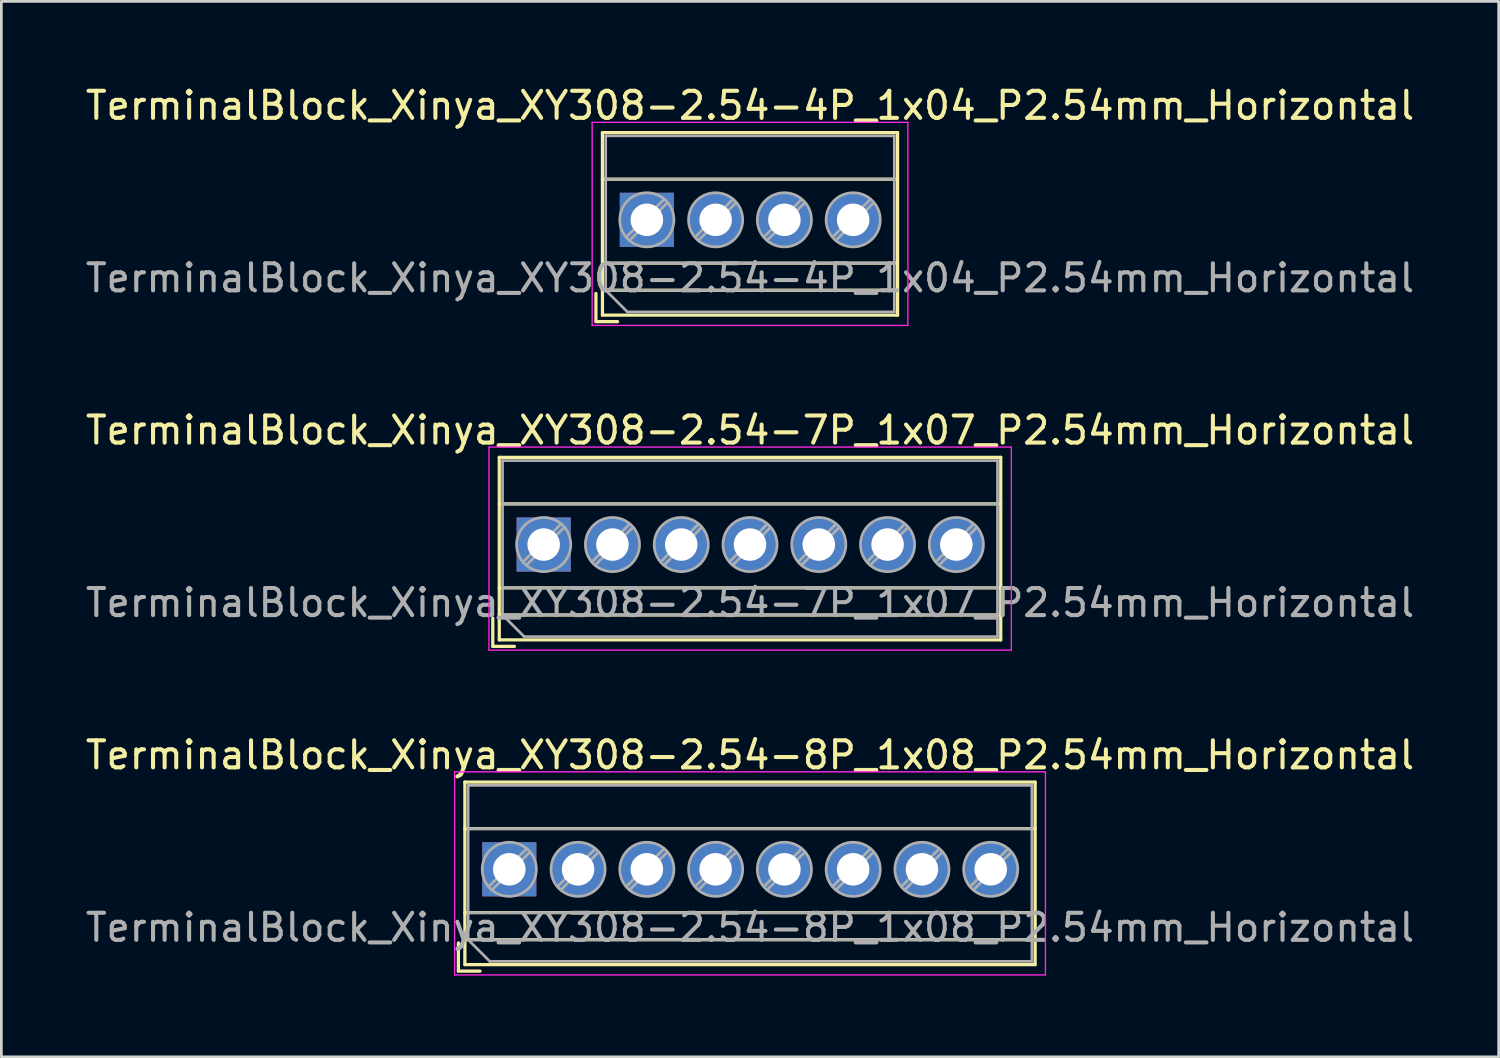
<source format=kicad_pcb>
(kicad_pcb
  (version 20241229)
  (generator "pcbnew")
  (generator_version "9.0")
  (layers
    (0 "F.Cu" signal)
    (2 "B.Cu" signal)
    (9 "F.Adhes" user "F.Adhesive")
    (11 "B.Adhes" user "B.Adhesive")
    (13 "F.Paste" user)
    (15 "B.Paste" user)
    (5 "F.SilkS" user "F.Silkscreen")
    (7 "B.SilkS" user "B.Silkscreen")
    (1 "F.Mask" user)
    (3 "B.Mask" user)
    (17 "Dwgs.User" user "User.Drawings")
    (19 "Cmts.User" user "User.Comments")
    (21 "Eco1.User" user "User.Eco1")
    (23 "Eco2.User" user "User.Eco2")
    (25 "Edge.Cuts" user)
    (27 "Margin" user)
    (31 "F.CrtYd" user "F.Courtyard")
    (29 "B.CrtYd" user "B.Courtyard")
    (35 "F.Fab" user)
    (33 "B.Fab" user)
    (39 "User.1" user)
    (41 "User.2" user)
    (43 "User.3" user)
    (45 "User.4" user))
  (footprint "TerminalBlock_Xinya_XY308-2.54-7P_1x07_P2.54mm_Horizontal"
    (layer "F.Cu")
    (at 17.029 17.061)
    (property "Reference" "TerminalBlock_Xinya_XY308-2.54-7P_1x07_P2.54mm_Horizontal" (at 7.62 -4.22 0) (layer "F.SilkS") (effects (font (size 1 1) (thickness 0.15))))
    (attr through_hole)
    (fp_line (start -1.88 2.72) (end -1.88 3.76) (stroke (width 0.12) (type solid)) (layer "F.SilkS"))
    (fp_line (start -1.88 3.76) (end -1.08 3.76) (stroke (width 0.12) (type solid)) (layer "F.SilkS"))
    (fp_line (start -1.64 -3.22) (end -1.64 3.52) (stroke (width 0.12) (type solid)) (layer "F.SilkS"))
    (fp_line (start -1.64 -3.22) (end 16.88 -3.22) (stroke (width 0.12) (type solid)) (layer "F.SilkS"))
    (fp_line (start -1.64 -1.501) (end 16.88 -1.501) (stroke (width 0.12) (type solid)) (layer "F.SilkS"))
    (fp_line (start -1.64 1.6) (end 16.88 1.6) (stroke (width 0.12) (type solid)) (layer "F.SilkS"))
    (fp_line (start -1.64 2.6) (end 16.88 2.6) (stroke (width 0.12) (type solid)) (layer "F.SilkS"))
    (fp_line (start -1.64 3.52) (end 16.88 3.52) (stroke (width 0.12) (type solid)) (layer "F.SilkS"))
    (fp_line (start 16.88 -3.22) (end 16.88 3.52) (stroke (width 0.12) (type solid)) (layer "F.SilkS"))
    (fp_line (start -2.02 -3.6) (end -2.02 3.9) (stroke (width 0.05) (type solid)) (layer "F.CrtYd"))
    (fp_line (start -2.02 3.9) (end 17.27 3.9) (stroke (width 0.05) (type solid)) (layer "F.CrtYd"))
    (fp_line (start 17.27 -3.6) (end -2.02 -3.6) (stroke (width 0.05) (type solid)) (layer "F.CrtYd"))
    (fp_line (start 17.27 3.9) (end 17.27 -3.6) (stroke (width 0.05) (type solid)) (layer "F.CrtYd"))
    (fp_line (start -1.52 -3.1) (end 16.76 -3.1) (stroke (width 0.1) (type solid)) (layer "F.Fab"))
    (fp_line (start -1.52 -1.5) (end 16.76 -1.5) (stroke (width 0.1) (type solid)) (layer "F.Fab"))
    (fp_line (start -1.52 1.6) (end 16.76 1.6) (stroke (width 0.1) (type solid)) (layer "F.Fab"))
    (fp_line (start -1.52 2.6) (end -1.52 -3.1) (stroke (width 0.1) (type solid)) (layer "F.Fab"))
    (fp_line (start -1.52 2.6) (end 16.76 2.6) (stroke (width 0.1) (type solid)) (layer "F.Fab"))
    (fp_line (start -0.72 3.4) (end -1.52 2.6) (stroke (width 0.1) (type solid)) (layer "F.Fab"))
    (fp_line (start 0.637 -0.759) (end -0.759 0.637) (stroke (width 0.1) (type solid)) (layer "F.Fab"))
    (fp_line (start 0.759 -0.637) (end -0.637 0.759) (stroke (width 0.1) (type solid)) (layer "F.Fab"))
    (fp_line (start 3.177 -0.759) (end 1.782 0.637) (stroke (width 0.1) (type solid)) (layer "F.Fab"))
    (fp_line (start 3.299 -0.637) (end 1.904 0.759) (stroke (width 0.1) (type solid)) (layer "F.Fab"))
    (fp_line (start 5.717 -0.759) (end 4.322 0.637) (stroke (width 0.1) (type solid)) (layer "F.Fab"))
    (fp_line (start 5.839 -0.637) (end 4.444 0.759) (stroke (width 0.1) (type solid)) (layer "F.Fab"))
    (fp_line (start 8.257 -0.759) (end 6.862 0.637) (stroke (width 0.1) (type solid)) (layer "F.Fab"))
    (fp_line (start 8.379 -0.637) (end 6.984 0.759) (stroke (width 0.1) (type solid)) (layer "F.Fab"))
    (fp_line (start 10.797 -0.759) (end 9.402 0.637) (stroke (width 0.1) (type solid)) (layer "F.Fab"))
    (fp_line (start 10.919 -0.637) (end 9.524 0.759) (stroke (width 0.1) (type solid)) (layer "F.Fab"))
    (fp_line (start 13.337 -0.759) (end 11.942 0.637) (stroke (width 0.1) (type solid)) (layer "F.Fab"))
    (fp_line (start 13.459 -0.637) (end 12.064 0.759) (stroke (width 0.1) (type solid)) (layer "F.Fab"))
    (fp_line (start 15.877 -0.759) (end 14.482 0.637) (stroke (width 0.1) (type solid)) (layer "F.Fab"))
    (fp_line (start 15.999 -0.637) (end 14.604 0.759) (stroke (width 0.1) (type solid)) (layer "F.Fab"))
    (fp_line (start 16.76 -3.1) (end 16.76 3.4) (stroke (width 0.1) (type solid)) (layer "F.Fab"))
    (fp_line (start 16.76 3.4) (end -0.72 3.4) (stroke (width 0.1) (type solid)) (layer "F.Fab"))
    (fp_circle (center 0 0) (end 1 0) (stroke (width 0.1) (type solid)) (fill no) (layer "F.Fab"))
    (fp_circle (center 2.54 0) (end 3.54 0) (stroke (width 0.1) (type solid)) (fill no) (layer "F.Fab"))
    (fp_circle (center 5.08 0) (end 6.08 0) (stroke (width 0.1) (type solid)) (fill no) (layer "F.Fab"))
    (fp_circle (center 7.62 0) (end 8.62 0) (stroke (width 0.1) (type solid)) (fill no) (layer "F.Fab"))
    (fp_circle (center 10.16 0) (end 11.16 0) (stroke (width 0.1) (type solid)) (fill no) (layer "F.Fab"))
    (fp_circle (center 12.7 0) (end 13.7 0) (stroke (width 0.1) (type solid)) (fill no) (layer "F.Fab"))
    (fp_circle (center 15.24 0) (end 16.24 0) (stroke (width 0.1) (type solid)) (fill no) (layer "F.Fab"))
    (fp_text user "${REFERENCE}" (at 7.62 2.15 0) (layer "F.Fab") (effects (font (size 1 1) (thickness 0.15))))
    (pad "1" thru_hole rect (at 0 0) (size 2 2) (drill 1.2) (layers "*.Cu" "*.Mask"))
    (pad "2" thru_hole circle (at 2.54 0) (size 2 2) (drill 1.2) (layers "*.Cu" "*.Mask"))
    (pad "3" thru_hole circle (at 5.08 0) (size 2 2) (drill 1.2) (layers "*.Cu" "*.Mask"))
    (pad "4" thru_hole circle (at 7.62 0) (size 2 2) (drill 1.2) (layers "*.Cu" "*.Mask"))
    (pad "5" thru_hole circle (at 10.16 0) (size 2 2) (drill 1.2) (layers "*.Cu" "*.Mask"))
    (pad "6" thru_hole circle (at 12.7 0) (size 2 2) (drill 1.2) (layers "*.Cu" "*.Mask"))
    (pad "7" thru_hole circle (at 15.24 0) (size 2 2) (drill 1.2) (layers "*.Cu" "*.Mask")))
  (footprint "TerminalBlock_Xinya_XY308-2.54-8P_1x08_P2.54mm_Horizontal"
    (layer "F.Cu")
    (at 15.759 29.055)
    (property "Reference" "TerminalBlock_Xinya_XY308-2.54-8P_1x08_P2.54mm_Horizontal" (at 8.89 -4.22 0) (layer "F.SilkS") (effects (font (size 1 1) (thickness 0.15))))
    (attr through_hole)
    (fp_line (start -1.88 2.72) (end -1.88 3.76) (stroke (width 0.12) (type solid)) (layer "F.SilkS"))
    (fp_line (start -1.88 3.76) (end -1.08 3.76) (stroke (width 0.12) (type solid)) (layer "F.SilkS"))
    (fp_line (start -1.64 -3.22) (end -1.64 3.52) (stroke (width 0.12) (type solid)) (layer "F.SilkS"))
    (fp_line (start -1.64 -3.22) (end 19.42 -3.22) (stroke (width 0.12) (type solid)) (layer "F.SilkS"))
    (fp_line (start -1.64 -1.501) (end 19.42 -1.501) (stroke (width 0.12) (type solid)) (layer "F.SilkS"))
    (fp_line (start -1.64 1.6) (end 19.42 1.6) (stroke (width 0.12) (type solid)) (layer "F.SilkS"))
    (fp_line (start -1.64 2.6) (end 19.42 2.6) (stroke (width 0.12) (type solid)) (layer "F.SilkS"))
    (fp_line (start -1.64 3.52) (end 19.42 3.52) (stroke (width 0.12) (type solid)) (layer "F.SilkS"))
    (fp_line (start 19.42 -3.22) (end 19.42 3.52) (stroke (width 0.12) (type solid)) (layer "F.SilkS"))
    (fp_line (start -2.02 -3.6) (end -2.02 3.9) (stroke (width 0.05) (type solid)) (layer "F.CrtYd"))
    (fp_line (start -2.02 3.9) (end 19.8 3.9) (stroke (width 0.05) (type solid)) (layer "F.CrtYd"))
    (fp_line (start 19.8 -3.6) (end -2.02 -3.6) (stroke (width 0.05) (type solid)) (layer "F.CrtYd"))
    (fp_line (start 19.8 3.9) (end 19.8 -3.6) (stroke (width 0.05) (type solid)) (layer "F.CrtYd"))
    (fp_line (start -1.52 -3.1) (end 19.3 -3.1) (stroke (width 0.1) (type solid)) (layer "F.Fab"))
    (fp_line (start -1.52 -1.5) (end 19.3 -1.5) (stroke (width 0.1) (type solid)) (layer "F.Fab"))
    (fp_line (start -1.52 1.6) (end 19.3 1.6) (stroke (width 0.1) (type solid)) (layer "F.Fab"))
    (fp_line (start -1.52 2.6) (end -1.52 -3.1) (stroke (width 0.1) (type solid)) (layer "F.Fab"))
    (fp_line (start -1.52 2.6) (end 19.3 2.6) (stroke (width 0.1) (type solid)) (layer "F.Fab"))
    (fp_line (start -0.72 3.4) (end -1.52 2.6) (stroke (width 0.1) (type solid)) (layer "F.Fab"))
    (fp_line (start 0.637 -0.759) (end -0.759 0.637) (stroke (width 0.1) (type solid)) (layer "F.Fab"))
    (fp_line (start 0.759 -0.637) (end -0.637 0.759) (stroke (width 0.1) (type solid)) (layer "F.Fab"))
    (fp_line (start 3.177 -0.759) (end 1.782 0.637) (stroke (width 0.1) (type solid)) (layer "F.Fab"))
    (fp_line (start 3.299 -0.637) (end 1.904 0.759) (stroke (width 0.1) (type solid)) (layer "F.Fab"))
    (fp_line (start 5.717 -0.759) (end 4.322 0.637) (stroke (width 0.1) (type solid)) (layer "F.Fab"))
    (fp_line (start 5.839 -0.637) (end 4.444 0.759) (stroke (width 0.1) (type solid)) (layer "F.Fab"))
    (fp_line (start 8.257 -0.759) (end 6.862 0.637) (stroke (width 0.1) (type solid)) (layer "F.Fab"))
    (fp_line (start 8.379 -0.637) (end 6.984 0.759) (stroke (width 0.1) (type solid)) (layer "F.Fab"))
    (fp_line (start 10.797 -0.759) (end 9.402 0.637) (stroke (width 0.1) (type solid)) (layer "F.Fab"))
    (fp_line (start 10.919 -0.637) (end 9.524 0.759) (stroke (width 0.1) (type solid)) (layer "F.Fab"))
    (fp_line (start 13.337 -0.759) (end 11.942 0.637) (stroke (width 0.1) (type solid)) (layer "F.Fab"))
    (fp_line (start 13.459 -0.637) (end 12.064 0.759) (stroke (width 0.1) (type solid)) (layer "F.Fab"))
    (fp_line (start 15.877 -0.759) (end 14.482 0.637) (stroke (width 0.1) (type solid)) (layer "F.Fab"))
    (fp_line (start 15.999 -0.637) (end 14.604 0.759) (stroke (width 0.1) (type solid)) (layer "F.Fab"))
    (fp_line (start 18.417 -0.759) (end 17.022 0.637) (stroke (width 0.1) (type solid)) (layer "F.Fab"))
    (fp_line (start 18.539 -0.637) (end 17.144 0.759) (stroke (width 0.1) (type solid)) (layer "F.Fab"))
    (fp_line (start 19.3 -3.1) (end 19.3 3.4) (stroke (width 0.1) (type solid)) (layer "F.Fab"))
    (fp_line (start 19.3 3.4) (end -0.72 3.4) (stroke (width 0.1) (type solid)) (layer "F.Fab"))
    (fp_circle (center 0 0) (end 1 0) (stroke (width 0.1) (type solid)) (fill no) (layer "F.Fab"))
    (fp_circle (center 2.54 0) (end 3.54 0) (stroke (width 0.1) (type solid)) (fill no) (layer "F.Fab"))
    (fp_circle (center 5.08 0) (end 6.08 0) (stroke (width 0.1) (type solid)) (fill no) (layer "F.Fab"))
    (fp_circle (center 7.62 0) (end 8.62 0) (stroke (width 0.1) (type solid)) (fill no) (layer "F.Fab"))
    (fp_circle (center 10.16 0) (end 11.16 0) (stroke (width 0.1) (type solid)) (fill no) (layer "F.Fab"))
    (fp_circle (center 12.7 0) (end 13.7 0) (stroke (width 0.1) (type solid)) (fill no) (layer "F.Fab"))
    (fp_circle (center 15.24 0) (end 16.24 0) (stroke (width 0.1) (type solid)) (fill no) (layer "F.Fab"))
    (fp_circle (center 17.78 0) (end 18.78 0) (stroke (width 0.1) (type solid)) (fill no) (layer "F.Fab"))
    (fp_text user "${REFERENCE}" (at 8.89 2.15 0) (layer "F.Fab") (effects (font (size 1 1) (thickness 0.15))))
    (pad "1" thru_hole rect (at 0 0) (size 2 2) (drill 1.2) (layers "*.Cu" "*.Mask"))
    (pad "2" thru_hole circle (at 2.54 0) (size 2 2) (drill 1.2) (layers "*.Cu" "*.Mask"))
    (pad "3" thru_hole circle (at 5.08 0) (size 2 2) (drill 1.2) (layers "*.Cu" "*.Mask"))
    (pad "4" thru_hole circle (at 7.62 0) (size 2 2) (drill 1.2) (layers "*.Cu" "*.Mask"))
    (pad "5" thru_hole circle (at 10.16 0) (size 2 2) (drill 1.2) (layers "*.Cu" "*.Mask"))
    (pad "6" thru_hole circle (at 12.7 0) (size 2 2) (drill 1.2) (layers "*.Cu" "*.Mask"))
    (pad "7" thru_hole circle (at 15.24 0) (size 2 2) (drill 1.2) (layers "*.Cu" "*.Mask"))
    (pad "8" thru_hole circle (at 17.78 0) (size 2 2) (drill 1.2) (layers "*.Cu" "*.Mask")))
  (footprint "TerminalBlock_Xinya_XY308-2.54-4P_1x04_P2.54mm_Horizontal"
    (layer "F.Cu")
    (at 20.839 5.068)
    (property "Reference" "TerminalBlock_Xinya_XY308-2.54-4P_1x04_P2.54mm_Horizontal" (at 3.81 -4.22 0) (layer "F.SilkS") (effects (font (size 1 1) (thickness 0.15))))
    (attr through_hole)
    (fp_line (start -1.88 2.72) (end -1.88 3.76) (stroke (width 0.12) (type solid)) (layer "F.SilkS"))
    (fp_line (start -1.88 3.76) (end -1.08 3.76) (stroke (width 0.12) (type solid)) (layer "F.SilkS"))
    (fp_line (start -1.64 -3.22) (end -1.64 3.52) (stroke (width 0.12) (type solid)) (layer "F.SilkS"))
    (fp_line (start -1.64 -3.22) (end 9.26 -3.22) (stroke (width 0.12) (type solid)) (layer "F.SilkS"))
    (fp_line (start -1.64 -1.501) (end 9.26 -1.501) (stroke (width 0.12) (type solid)) (layer "F.SilkS"))
    (fp_line (start -1.64 1.6) (end 9.26 1.6) (stroke (width 0.12) (type solid)) (layer "F.SilkS"))
    (fp_line (start -1.64 2.6) (end 9.26 2.6) (stroke (width 0.12) (type solid)) (layer "F.SilkS"))
    (fp_line (start -1.64 3.52) (end 9.26 3.52) (stroke (width 0.12) (type solid)) (layer "F.SilkS"))
    (fp_line (start 9.26 -3.22) (end 9.26 3.52) (stroke (width 0.12) (type solid)) (layer "F.SilkS"))
    (fp_line (start -2.02 -3.6) (end -2.02 3.9) (stroke (width 0.05) (type solid)) (layer "F.CrtYd"))
    (fp_line (start -2.02 3.9) (end 9.64 3.9) (stroke (width 0.05) (type solid)) (layer "F.CrtYd"))
    (fp_line (start 9.64 -3.6) (end -2.02 -3.6) (stroke (width 0.05) (type solid)) (layer "F.CrtYd"))
    (fp_line (start 9.64 3.9) (end 9.64 -3.6) (stroke (width 0.05) (type solid)) (layer "F.CrtYd"))
    (fp_line (start -1.52 -3.1) (end 9.14 -3.1) (stroke (width 0.1) (type solid)) (layer "F.Fab"))
    (fp_line (start -1.52 -1.5) (end 9.14 -1.5) (stroke (width 0.1) (type solid)) (layer "F.Fab"))
    (fp_line (start -1.52 1.6) (end 9.14 1.6) (stroke (width 0.1) (type solid)) (layer "F.Fab"))
    (fp_line (start -1.52 2.6) (end -1.52 -3.1) (stroke (width 0.1) (type solid)) (layer "F.Fab"))
    (fp_line (start -1.52 2.6) (end 9.14 2.6) (stroke (width 0.1) (type solid)) (layer "F.Fab"))
    (fp_line (start -0.72 3.4) (end -1.52 2.6) (stroke (width 0.1) (type solid)) (layer "F.Fab"))
    (fp_line (start 0.637 -0.759) (end -0.759 0.637) (stroke (width 0.1) (type solid)) (layer "F.Fab"))
    (fp_line (start 0.759 -0.637) (end -0.637 0.759) (stroke (width 0.1) (type solid)) (layer "F.Fab"))
    (fp_line (start 3.177 -0.759) (end 1.782 0.637) (stroke (width 0.1) (type solid)) (layer "F.Fab"))
    (fp_line (start 3.299 -0.637) (end 1.904 0.759) (stroke (width 0.1) (type solid)) (layer "F.Fab"))
    (fp_line (start 5.717 -0.759) (end 4.322 0.637) (stroke (width 0.1) (type solid)) (layer "F.Fab"))
    (fp_line (start 5.839 -0.637) (end 4.444 0.759) (stroke (width 0.1) (type solid)) (layer "F.Fab"))
    (fp_line (start 8.257 -0.759) (end 6.862 0.637) (stroke (width 0.1) (type solid)) (layer "F.Fab"))
    (fp_line (start 8.379 -0.637) (end 6.984 0.759) (stroke (width 0.1) (type solid)) (layer "F.Fab"))
    (fp_line (start 9.14 -3.1) (end 9.14 3.4) (stroke (width 0.1) (type solid)) (layer "F.Fab"))
    (fp_line (start 9.14 3.4) (end -0.72 3.4) (stroke (width 0.1) (type solid)) (layer "F.Fab"))
    (fp_circle (center 0 0) (end 1 0) (stroke (width 0.1) (type solid)) (fill no) (layer "F.Fab"))
    (fp_circle (center 2.54 0) (end 3.54 0) (stroke (width 0.1) (type solid)) (fill no) (layer "F.Fab"))
    (fp_circle (center 5.08 0) (end 6.08 0) (stroke (width 0.1) (type solid)) (fill no) (layer "F.Fab"))
    (fp_circle (center 7.62 0) (end 8.62 0) (stroke (width 0.1) (type solid)) (fill no) (layer "F.Fab"))
    (fp_text user "${REFERENCE}" (at 3.81 2.15 0) (layer "F.Fab") (effects (font (size 1 1) (thickness 0.15))))
    (pad "1" thru_hole rect (at 0 0) (size 2 2) (drill 1.2) (layers "*.Cu" "*.Mask"))
    (pad "2" thru_hole circle (at 2.54 0) (size 2 2) (drill 1.2) (layers "*.Cu" "*.Mask"))
    (pad "3" thru_hole circle (at 5.08 0) (size 2 2) (drill 1.2) (layers "*.Cu" "*.Mask"))
    (pad "4" thru_hole circle (at 7.62 0) (size 2 2) (drill 1.2) (layers "*.Cu" "*.Mask")))
  (gr_rect
    (start -3 -3)
    (end 52.298 35.98)
    (stroke (width 0.1) (type default))
    (fill no)
    (layer "Edge.Cuts")))
</source>
